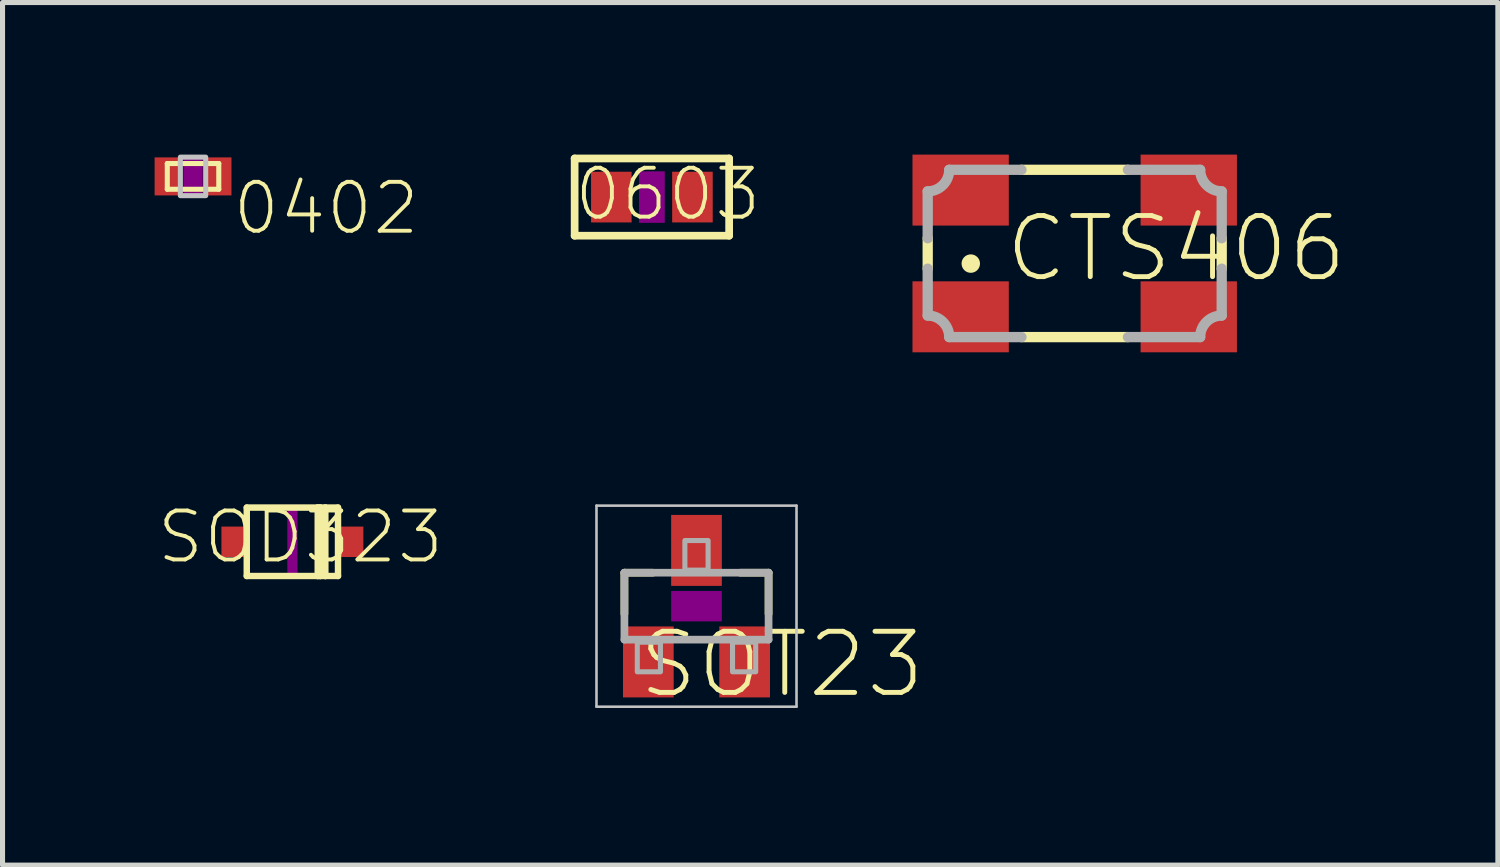
<source format=kicad_pcb>
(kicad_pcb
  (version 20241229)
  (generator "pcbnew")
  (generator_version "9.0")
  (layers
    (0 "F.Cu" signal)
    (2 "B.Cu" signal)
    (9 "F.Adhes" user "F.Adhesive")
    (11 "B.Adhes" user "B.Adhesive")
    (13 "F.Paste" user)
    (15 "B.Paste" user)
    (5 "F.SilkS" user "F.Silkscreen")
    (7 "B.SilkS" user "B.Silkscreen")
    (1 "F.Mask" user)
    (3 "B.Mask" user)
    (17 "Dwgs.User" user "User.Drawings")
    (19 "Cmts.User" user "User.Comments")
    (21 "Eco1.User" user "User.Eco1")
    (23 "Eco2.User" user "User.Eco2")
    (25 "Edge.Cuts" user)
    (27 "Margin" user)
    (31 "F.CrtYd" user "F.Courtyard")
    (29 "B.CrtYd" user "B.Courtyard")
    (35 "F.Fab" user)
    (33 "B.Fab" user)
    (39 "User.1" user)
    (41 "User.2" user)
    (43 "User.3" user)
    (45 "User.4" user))
  (footprint "0603"
    (layer "F.Cu")
    (at 9.81 0.838)
    (property "Reference" "0603" (at -1.575 0.508 180) (layer "F.SilkS") (effects (font (size 0.965 0.965) (thickness 0.077)) (justify left bottom)))
    (attr through_hole)
    (fp_line (start -1.524 0.762) (end -1.524 -0.762) (stroke (width 0.152) (type solid)) (layer "F.SilkS"))
    (fp_line (start -1.524 0.762) (end 1.524 0.762) (stroke (width 0.152) (type solid)) (layer "F.SilkS"))
    (fp_line (start 1.524 -0.762) (end -1.524 -0.762) (stroke (width 0.152) (type solid)) (layer "F.SilkS"))
    (fp_line (start 1.524 -0.762) (end 1.524 0.762) (stroke (width 0.152) (type solid)) (layer "F.SilkS"))
    (fp_poly (pts (xy -0.254 0.508) (xy 0.254 0.508) (xy 0.254 -0.508) (xy -0.254 -0.508)) (stroke (width 0) (type solid)) (fill yes) (layer "F.Adhes"))
    (pad "1" smd rect (at -0.8 0) (size 0.8 1) (layers "F.Cu" "F.Mask" "F.Paste"))
    (pad "2" smd rect (at 0.8 0) (size 0.8 1) (layers "F.Cu" "F.Mask" "F.Paste")))
  (footprint "SOT23"
    (layer "F.Cu")
    (at 10.69 8.908)
    (property "Reference" "SOT23" (at -1.194 1.854 0) (layer "F.SilkS") (effects (font (size 1.206 1.206) (thickness 0.097)) (justify left bottom)))
    (attr through_hole)
    (fp_line (start -1.422 -0.66) (end -0.864 -0.66) (stroke (width 0.152) (type solid)) (layer "F.SilkS"))
    (fp_line (start -1.422 0.152) (end -1.422 -0.66) (stroke (width 0.152) (type solid)) (layer "F.SilkS"))
    (fp_line (start 0.864 -0.66) (end 1.422 -0.66) (stroke (width 0.152) (type solid)) (layer "F.SilkS"))
    (fp_line (start 1.422 -0.66) (end 1.422 0.152) (stroke (width 0.152) (type solid)) (layer "F.SilkS"))
    (fp_poly (pts (xy -0.5 0.3) (xy 0.5 0.3) (xy 0.5 -0.3) (xy -0.5 -0.3)) (stroke (width 0) (type solid)) (fill yes) (layer "F.Adhes"))
    (fp_line (start -1.973 -1.983) (end 1.973 -1.983) (stroke (width 0.051) (type solid)) (layer "Dwgs.User"))
    (fp_line (start -1.973 1.983) (end -1.973 -1.983) (stroke (width 0.051) (type solid)) (layer "Dwgs.User"))
    (fp_line (start 1.973 -1.983) (end 1.973 1.983) (stroke (width 0.051) (type solid)) (layer "Dwgs.User"))
    (fp_line (start 1.973 1.983) (end -1.973 1.983) (stroke (width 0.051) (type solid)) (layer "Dwgs.User"))
    (fp_line (start -1.422 -0.66) (end 1.422 -0.66) (stroke (width 0.152) (type solid)) (layer "F.Fab"))
    (fp_line (start -1.422 0.66) (end -1.422 -0.66) (stroke (width 0.152) (type solid)) (layer "F.Fab"))
    (fp_line (start 1.422 -0.66) (end 1.422 0.66) (stroke (width 0.152) (type solid)) (layer "F.Fab"))
    (fp_line (start 1.422 0.66) (end -1.422 0.66) (stroke (width 0.152) (type solid)) (layer "F.Fab"))
    (fp_poly (pts (xy -1.168 1.295) (xy -0.711 1.295) (xy -0.711 0.711) (xy -1.168 0.711)) (stroke (width 0.1) (type solid)) (fill no) (layer "F.Fab"))
    (fp_poly (pts (xy -0.229 -0.711) (xy 0.229 -0.711) (xy 0.229 -1.295) (xy -0.229 -1.295)) (stroke (width 0.1) (type solid)) (fill no) (layer "F.Fab"))
    (fp_poly (pts (xy 0.711 1.295) (xy 1.168 1.295) (xy 1.168 0.711) (xy 0.711 0.711)) (stroke (width 0.1) (type solid)) (fill no) (layer "F.Fab"))
    (pad "1" smd rect (at -0.95 1.1) (size 1 1.4) (layers "F.Cu" "F.Mask" "F.Paste"))
    (pad "2" smd rect (at 0.95 1.1) (size 1 1.4) (layers "F.Cu" "F.Mask" "F.Paste"))
    (pad "3" smd rect (at 0 -1.1) (size 1 1.4) (layers "F.Cu" "F.Mask" "F.Paste")))
  (footprint "CTS406"
    (layer "F.Cu")
    (at 18.151 1.95)
    (property "Reference" "CTS406" (at -1.422 0.61 180) (layer "F.SilkS") (effects (font (size 1.206 1.206) (thickness 0.097)) (justify left bottom)))
    (attr through_hole)
    (fp_line (start -2.9 0.3) (end -2.9 -0.3) (stroke (width 0.203) (type solid)) (layer "F.SilkS"))
    (fp_line (start -1.05 -1.65) (end 1.05 -1.65) (stroke (width 0.203) (type solid)) (layer "F.SilkS"))
    (fp_line (start 1.05 1.65) (end -1.05 1.65) (stroke (width 0.203) (type solid)) (layer "F.SilkS"))
    (fp_line (start 2.9 -0.3) (end 2.9 0.3) (stroke (width 0.203) (type solid)) (layer "F.SilkS"))
    (fp_circle (center -2.05 0.2) (end -1.959 0.2) (stroke (width 0.182) (type solid)) (fill no) (layer "F.SilkS"))
    (fp_line (start -2.9 -0.3) (end -2.9 -1.225) (stroke (width 0.203) (type solid)) (layer "F.Fab"))
    (fp_line (start -2.9 1.225) (end -2.9 0.3) (stroke (width 0.203) (type solid)) (layer "F.Fab"))
    (fp_line (start -2.475 -1.65) (end -1.05 -1.65) (stroke (width 0.203) (type solid)) (layer "F.Fab"))
    (fp_line (start -1.05 1.65) (end -2.475 1.65) (stroke (width 0.203) (type solid)) (layer "F.Fab"))
    (fp_line (start 1.05 -1.65) (end 2.475 -1.65) (stroke (width 0.203) (type solid)) (layer "F.Fab"))
    (fp_line (start 2.475 1.65) (end 1.05 1.65) (stroke (width 0.203) (type solid)) (layer "F.Fab"))
    (fp_line (start 2.9 -1.225) (end 2.9 -0.3) (stroke (width 0.203) (type solid)) (layer "F.Fab"))
    (fp_line (start 2.9 0.3) (end 2.9 1.225) (stroke (width 0.203) (type solid)) (layer "F.Fab"))
    (fp_arc (start -2.899998 1.225) (mid -2.600003 1.350005) (end -2.475 1.65) (stroke (width 0.2032) (type solid)) (layer "F.Fab"))
    (fp_arc (start -2.475 -1.649998) (mid -2.600005 -1.350003) (end -2.9 -1.225) (stroke (width 0.2032) (type solid)) (layer "F.Fab"))
    (fp_arc (start 2.475 1.649998) (mid 2.600005 1.350003) (end 2.9 1.225) (stroke (width 0.2032) (type solid)) (layer "F.Fab"))
    (fp_arc (start 2.899998 -1.225) (mid 2.600003 -1.350005) (end 2.475 -1.65) (stroke (width 0.2032) (type solid)) (layer "F.Fab"))
    (pad "1" smd rect (at -2.25 1.25) (size 1.9 1.4) (layers "F.Cu" "F.Mask" "F.Paste"))
    (pad "2" smd rect (at 2.25 1.25) (size 1.9 1.4) (layers "F.Cu" "F.Mask" "F.Paste"))
    (pad "3" smd rect (at 2.25 -1.25) (size 1.9 1.4) (layers "F.Cu" "F.Mask" "F.Paste"))
    (pad "4" smd rect (at -2.25 -1.25) (size 1.9 1.4) (layers "F.Cu" "F.Mask" "F.Paste")))
  (footprint "SOD323"
    (layer "F.Cu")
    (at 2.718 7.638)
    (property "Reference" "SOD323" (at -2.718 0.47 0) (layer "F.SilkS") (effects (font (size 0.965 0.965) (thickness 0.077)) (justify left bottom)))
    (attr through_hole)
    (fp_line (start -0.9 -0.675) (end -0.9 0.675) (stroke (width 0.127) (type solid)) (layer "F.SilkS"))
    (fp_line (start -0.9 0.675) (end 0.5 0.675) (stroke (width 0.127) (type solid)) (layer "F.SilkS"))
    (fp_line (start 0.5 -0.675) (end -0.9 -0.675) (stroke (width 0.127) (type solid)) (layer "F.SilkS"))
    (fp_line (start 0.5 0.675) (end 0.5 -0.675) (stroke (width 0.127) (type solid)) (layer "F.SilkS"))
    (fp_line (start 0.5 0.675) (end 0.55 0.675) (stroke (width 0.127) (type solid)) (layer "F.SilkS"))
    (fp_line (start 0.55 -0.675) (end 0.5 -0.675) (stroke (width 0.127) (type solid)) (layer "F.SilkS"))
    (fp_line (start 0.55 0.675) (end 0.55 -0.675) (stroke (width 0.127) (type solid)) (layer "F.SilkS"))
    (fp_line (start 0.55 0.675) (end 0.65 0.675) (stroke (width 0.127) (type solid)) (layer "F.SilkS"))
    (fp_line (start 0.65 -0.675) (end 0.55 -0.675) (stroke (width 0.127) (type solid)) (layer "F.SilkS"))
    (fp_line (start 0.65 0.675) (end 0.65 -0.675) (stroke (width 0.127) (type solid)) (layer "F.SilkS"))
    (fp_line (start 0.65 0.675) (end 0.9 0.675) (stroke (width 0.127) (type solid)) (layer "F.SilkS"))
    (fp_line (start 0.9 -0.675) (end 0.65 -0.675) (stroke (width 0.127) (type solid)) (layer "F.SilkS"))
    (fp_line (start 0.9 0.675) (end 0.9 -0.675) (stroke (width 0.127) (type solid)) (layer "F.SilkS"))
    (fp_poly (pts (xy -0.1 0.7) (xy 0.1 0.7) (xy 0.1 -0.7) (xy -0.1 -0.7)) (stroke (width 0) (type solid)) (fill yes) (layer "F.Adhes"))
    (pad "A" smd rect (at -1.15 0) (size 0.5 0.6) (layers "F.Cu" "F.Mask" "F.Paste"))
    (pad "K" smd rect (at 1.15 0) (size 0.5 0.6) (layers "F.Cu" "F.Mask" "F.Paste")))
  (footprint "0402"
    (layer "F.Cu")
    (at 0.758 0.43)
    (property "Reference" "0402" (at 0.737 1.194 0) (layer "F.SilkS") (effects (font (size 0.965 0.965) (thickness 0.077)) (justify left bottom)))
    (attr through_hole)
    (fp_line (start -0.508 0.254) (end -0.508 -0.254) (stroke (width 0.1) (type solid)) (layer "F.SilkS"))
    (fp_line (start -0.508 0.254) (end 0.508 0.254) (stroke (width 0.1) (type solid)) (layer "F.SilkS"))
    (fp_line (start 0.508 -0.254) (end -0.508 -0.254) (stroke (width 0.1) (type solid)) (layer "F.SilkS"))
    (fp_line (start 0.508 -0.254) (end 0.508 0.254) (stroke (width 0.1) (type solid)) (layer "F.SilkS"))
    (fp_poly (pts (xy -0.191 0.381) (xy 0.191 0.381) (xy 0.191 -0.381) (xy -0.191 -0.381)) (stroke (width 0) (type solid)) (fill yes) (layer "F.Adhes"))
    (fp_poly (pts (xy -0.25 0.38) (xy 0.25 0.38) (xy 0.25 -0.38) (xy -0.25 -0.38)) (stroke (width 0.1) (type solid)) (fill no) (layer "Dwgs.User"))
    (pad "P$1" smd rect (at -0.508 0) (size 0.5 0.75) (layers "F.Cu" "F.Mask" "F.Paste"))
    (pad "P$2" smd rect (at 0.508 0) (size 0.5 0.75) (layers "F.Cu" "F.Mask" "F.Paste")))
  (gr_rect
    (start -3 -3)
    (end 26.499 14.017)
    (stroke (width 0.1) (type default))
    (fill no)
    (layer "Edge.Cuts")))
</source>
